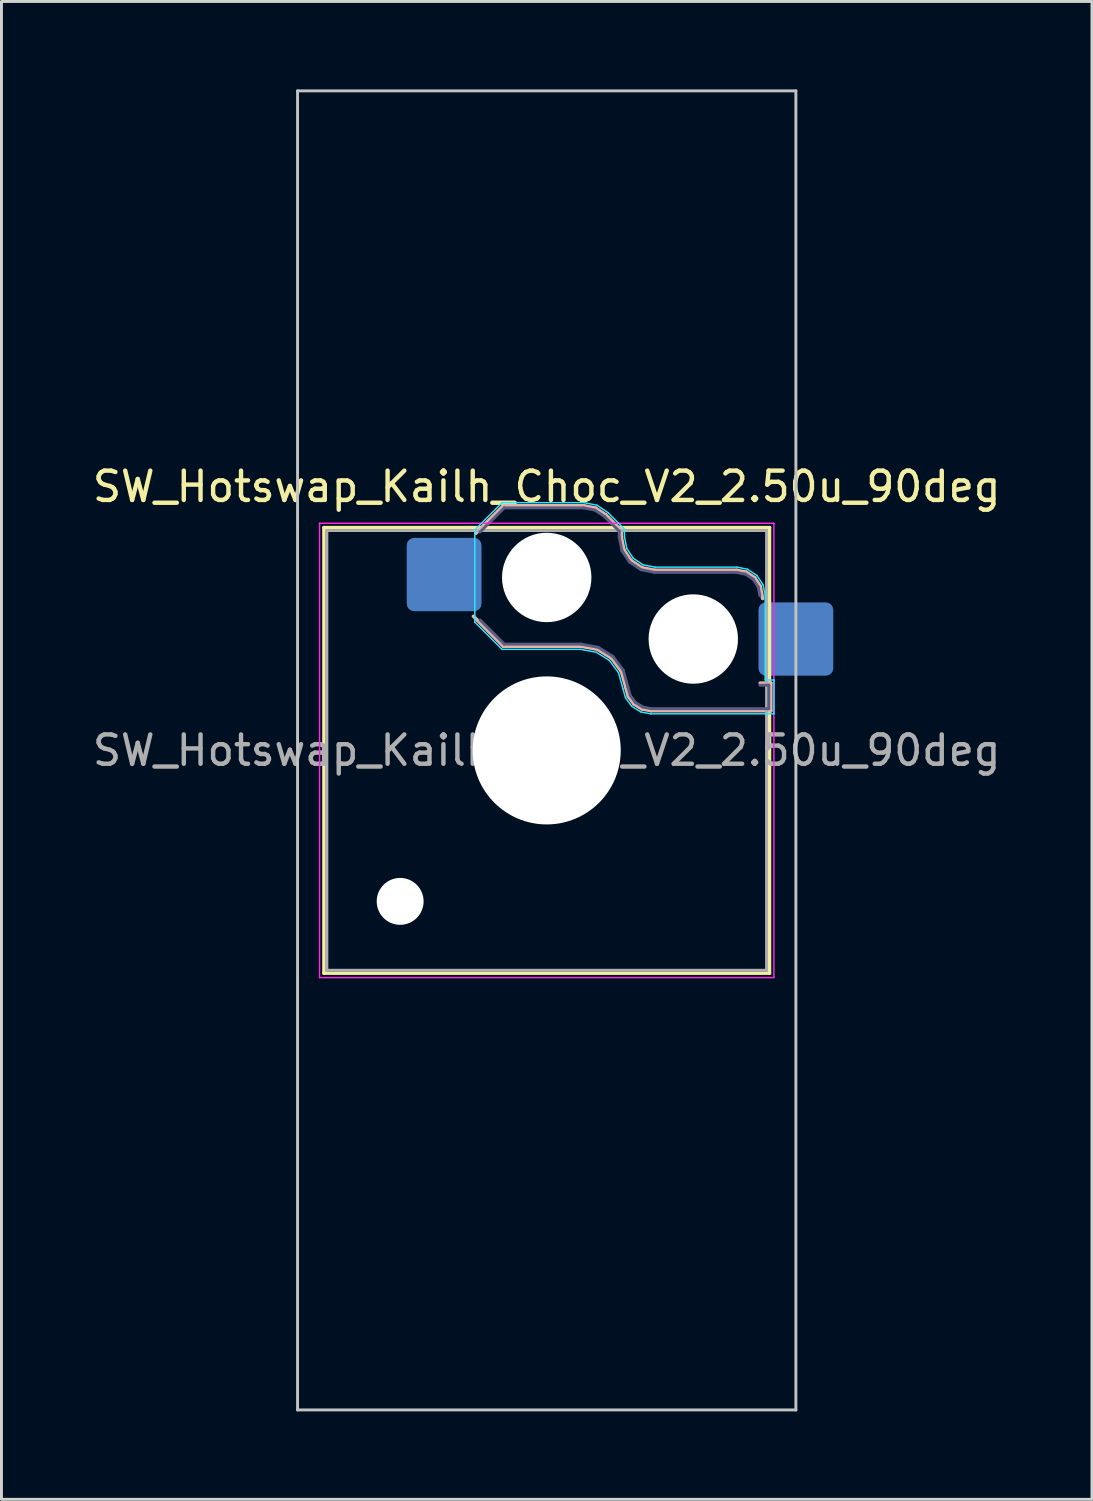
<source format=kicad_pcb>
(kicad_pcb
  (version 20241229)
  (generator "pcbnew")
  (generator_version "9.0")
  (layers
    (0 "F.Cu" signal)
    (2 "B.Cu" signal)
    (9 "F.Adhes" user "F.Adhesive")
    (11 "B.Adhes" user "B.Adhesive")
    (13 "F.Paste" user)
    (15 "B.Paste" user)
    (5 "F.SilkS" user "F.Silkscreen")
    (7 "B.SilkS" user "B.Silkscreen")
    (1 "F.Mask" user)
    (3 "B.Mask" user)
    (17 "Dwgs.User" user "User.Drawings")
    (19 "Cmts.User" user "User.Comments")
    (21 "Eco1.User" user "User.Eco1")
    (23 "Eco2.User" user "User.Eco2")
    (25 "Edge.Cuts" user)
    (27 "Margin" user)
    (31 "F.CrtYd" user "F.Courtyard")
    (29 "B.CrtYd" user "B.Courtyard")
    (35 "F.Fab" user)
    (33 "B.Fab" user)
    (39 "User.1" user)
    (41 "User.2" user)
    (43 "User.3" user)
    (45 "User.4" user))
  (footprint "SW_Hotswap_Kailh_Choc_V2_2.50u_90deg"
    (layer "F.Cu")
    (at 15.601 22.55)
    (property "Reference" "SW_Hotswap_Kailh_Choc_V2_2.50u_90deg" (at 0 -9 0) (layer "F.SilkS") (effects (font (size 1 1) (thickness 0.15))))
    (attr smd)
    (fp_line (start -7.6 -7.6) (end -7.6 7.6) (stroke (width 0.12) (type solid)) (layer "F.SilkS"))
    (fp_line (start -7.6 7.6) (end 7.6 7.6) (stroke (width 0.12) (type solid)) (layer "F.SilkS"))
    (fp_line (start 7.6 -7.6) (end -7.6 -7.6) (stroke (width 0.12) (type solid)) (layer "F.SilkS"))
    (fp_line (start 7.6 7.6) (end 7.6 -7.6) (stroke (width 0.12) (type solid)) (layer "F.SilkS"))
    (fp_line (start -2.416 -7.409) (end -1.479 -8.346) (stroke (width 0.12) (type solid)) (layer "B.SilkS"))
    (fp_line (start -1.479 -8.346) (end 1.268 -8.346) (stroke (width 0.12) (type solid)) (layer "B.SilkS"))
    (fp_line (start -1.479 -3.554) (end -2.5 -4.575) (stroke (width 0.12) (type solid)) (layer "B.SilkS"))
    (fp_line (start 1.168 -3.554) (end -1.479 -3.554) (stroke (width 0.12) (type solid)) (layer "B.SilkS"))
    (fp_line (start 1.268 -8.346) (end 1.671 -8.266) (stroke (width 0.12) (type solid)) (layer "B.SilkS"))
    (fp_line (start 1.671 -8.266) (end 2.013 -8.037) (stroke (width 0.12) (type solid)) (layer "B.SilkS"))
    (fp_line (start 1.73 -3.449) (end 1.168 -3.554) (stroke (width 0.12) (type solid)) (layer "B.SilkS"))
    (fp_line (start 2.013 -8.037) (end 2.546 -7.504) (stroke (width 0.12) (type solid)) (layer "B.SilkS"))
    (fp_line (start 2.209 -3.15) (end 1.73 -3.449) (stroke (width 0.12) (type solid)) (layer "B.SilkS"))
    (fp_line (start 2.546 -7.504) (end 2.546 -7.282) (stroke (width 0.12) (type solid)) (layer "B.SilkS"))
    (fp_line (start 2.546 -7.282) (end 2.633 -6.844) (stroke (width 0.12) (type solid)) (layer "B.SilkS"))
    (fp_line (start 2.547 -2.697) (end 2.209 -3.15) (stroke (width 0.12) (type solid)) (layer "B.SilkS"))
    (fp_line (start 2.633 -6.844) (end 2.877 -6.477) (stroke (width 0.12) (type solid)) (layer "B.SilkS"))
    (fp_line (start 2.701 -2.139) (end 2.547 -2.697) (stroke (width 0.12) (type solid)) (layer "B.SilkS"))
    (fp_line (start 2.783 -1.841) (end 2.701 -2.139) (stroke (width 0.12) (type solid)) (layer "B.SilkS"))
    (fp_line (start 2.877 -6.477) (end 3.244 -6.233) (stroke (width 0.12) (type solid)) (layer "B.SilkS"))
    (fp_line (start 2.976 -1.583) (end 2.783 -1.841) (stroke (width 0.12) (type solid)) (layer "B.SilkS"))
    (fp_line (start 3.244 -6.233) (end 3.682 -6.146) (stroke (width 0.12) (type solid)) (layer "B.SilkS"))
    (fp_line (start 3.25 -1.413) (end 2.976 -1.583) (stroke (width 0.12) (type solid)) (layer "B.SilkS"))
    (fp_line (start 3.56 -1.354) (end 3.25 -1.413) (stroke (width 0.12) (type solid)) (layer "B.SilkS"))
    (fp_line (start 3.682 -6.146) (end 6.482 -6.146) (stroke (width 0.12) (type solid)) (layer "B.SilkS"))
    (fp_line (start 6.482 -6.146) (end 6.809 -6.081) (stroke (width 0.12) (type solid)) (layer "B.SilkS"))
    (fp_line (start 6.809 -6.081) (end 7.092 -5.892) (stroke (width 0.12) (type solid)) (layer "B.SilkS"))
    (fp_line (start 7.092 -5.892) (end 7.281 -5.609) (stroke (width 0.12) (type solid)) (layer "B.SilkS"))
    (fp_line (start 7.281 -5.609) (end 7.366 -5.182) (stroke (width 0.12) (type solid)) (layer "B.SilkS"))
    (fp_line (start 7.283 -2.296) (end 7.646 -2.296) (stroke (width 0.12) (type solid)) (layer "B.SilkS"))
    (fp_line (start 7.646 -2.296) (end 7.646 -1.354) (stroke (width 0.12) (type solid)) (layer "B.SilkS"))
    (fp_line (start 7.646 -1.354) (end 3.56 -1.354) (stroke (width 0.12) (type solid)) (layer "B.SilkS"))
    (fp_line (start -8.5 -22.5) (end 8.5 -22.5) (stroke (width 0.1) (type solid)) (layer "Dwgs.User"))
    (fp_line (start -8.5 22.5) (end -8.5 -22.5) (stroke (width 0.1) (type solid)) (layer "Dwgs.User"))
    (fp_line (start 8.5 -22.5) (end 8.5 22.5) (stroke (width 0.1) (type solid)) (layer "Dwgs.User"))
    (fp_line (start 8.5 22.5) (end -8.5 22.5) (stroke (width 0.1) (type solid)) (layer "Dwgs.User"))
    (fp_line (start -7.25 -7.25) (end -7.25 7.25) (stroke (width 0.1) (type solid)) (layer "Eco1.User"))
    (fp_line (start -7.25 7.25) (end 7.25 7.25) (stroke (width 0.1) (type solid)) (layer "Eco1.User"))
    (fp_line (start 7.25 -7.25) (end -7.25 -7.25) (stroke (width 0.1) (type solid)) (layer "Eco1.User"))
    (fp_line (start 7.25 7.25) (end 7.25 -7.25) (stroke (width 0.1) (type solid)) (layer "Eco1.User"))
    (fp_line (start -2.452 -7.523) (end -1.523 -8.452) (stroke (width 0.05) (type solid)) (layer "B.CrtYd"))
    (fp_line (start -2.452 -4.377) (end -2.452 -7.523) (stroke (width 0.05) (type solid)) (layer "B.CrtYd"))
    (fp_line (start -1.523 -8.452) (end 1.278 -8.452) (stroke (width 0.05) (type solid)) (layer "B.CrtYd"))
    (fp_line (start -1.523 -3.448) (end -2.452 -4.377) (stroke (width 0.05) (type solid)) (layer "B.CrtYd"))
    (fp_line (start 1.159 -3.448) (end -1.523 -3.448) (stroke (width 0.05) (type solid)) (layer "B.CrtYd"))
    (fp_line (start 1.278 -8.452) (end 1.712 -8.366) (stroke (width 0.05) (type solid)) (layer "B.CrtYd"))
    (fp_line (start 1.691 -3.348) (end 1.159 -3.448) (stroke (width 0.05) (type solid)) (layer "B.CrtYd"))
    (fp_line (start 1.712 -8.366) (end 2.081 -8.119) (stroke (width 0.05) (type solid)) (layer "B.CrtYd"))
    (fp_line (start 2.081 -8.119) (end 2.652 -7.548) (stroke (width 0.05) (type solid)) (layer "B.CrtYd"))
    (fp_line (start 2.136 -3.071) (end 1.691 -3.348) (stroke (width 0.05) (type solid)) (layer "B.CrtYd"))
    (fp_line (start 2.45 -2.65) (end 2.136 -3.071) (stroke (width 0.05) (type solid)) (layer "B.CrtYd"))
    (fp_line (start 2.599 -2.111) (end 2.45 -2.65) (stroke (width 0.05) (type solid)) (layer "B.CrtYd"))
    (fp_line (start 2.652 -7.548) (end 2.652 -7.292) (stroke (width 0.05) (type solid)) (layer "B.CrtYd"))
    (fp_line (start 2.652 -7.292) (end 2.733 -6.885) (stroke (width 0.05) (type solid)) (layer "B.CrtYd"))
    (fp_line (start 2.687 -1.794) (end 2.599 -2.111) (stroke (width 0.05) (type solid)) (layer "B.CrtYd"))
    (fp_line (start 2.733 -6.885) (end 2.953 -6.553) (stroke (width 0.05) (type solid)) (layer "B.CrtYd"))
    (fp_line (start 2.903 -1.503) (end 2.687 -1.794) (stroke (width 0.05) (type solid)) (layer "B.CrtYd"))
    (fp_line (start 2.953 -6.553) (end 3.285 -6.333) (stroke (width 0.05) (type solid)) (layer "B.CrtYd"))
    (fp_line (start 3.211 -1.312) (end 2.903 -1.503) (stroke (width 0.05) (type solid)) (layer "B.CrtYd"))
    (fp_line (start 3.285 -6.333) (end 3.692 -6.252) (stroke (width 0.05) (type solid)) (layer "B.CrtYd"))
    (fp_line (start 3.55 -1.248) (end 3.211 -1.312) (stroke (width 0.05) (type solid)) (layer "B.CrtYd"))
    (fp_line (start 3.692 -6.252) (end 6.492 -6.252) (stroke (width 0.05) (type solid)) (layer "B.CrtYd"))
    (fp_line (start 6.492 -6.252) (end 6.85 -6.181) (stroke (width 0.05) (type solid)) (layer "B.CrtYd"))
    (fp_line (start 6.85 -6.181) (end 7.168 -5.968) (stroke (width 0.05) (type solid)) (layer "B.CrtYd"))
    (fp_line (start 7.168 -5.968) (end 7.381 -5.65) (stroke (width 0.05) (type solid)) (layer "B.CrtYd"))
    (fp_line (start 7.381 -5.65) (end 7.452 -5.292) (stroke (width 0.05) (type solid)) (layer "B.CrtYd"))
    (fp_line (start 7.452 -5.292) (end 7.452 -2.402) (stroke (width 0.05) (type solid)) (layer "B.CrtYd"))
    (fp_line (start 7.452 -2.402) (end 7.752 -2.402) (stroke (width 0.05) (type solid)) (layer "B.CrtYd"))
    (fp_line (start 7.752 -2.402) (end 7.752 -1.248) (stroke (width 0.05) (type solid)) (layer "B.CrtYd"))
    (fp_line (start 7.752 -1.248) (end 3.55 -1.248) (stroke (width 0.05) (type solid)) (layer "B.CrtYd"))
    (fp_line (start -7.75 -7.75) (end -7.75 7.75) (stroke (width 0.05) (type solid)) (layer "F.CrtYd"))
    (fp_line (start -7.75 7.75) (end 7.75 7.75) (stroke (width 0.05) (type solid)) (layer "F.CrtYd"))
    (fp_line (start 7.75 -7.75) (end -7.75 -7.75) (stroke (width 0.05) (type solid)) (layer "F.CrtYd"))
    (fp_line (start 7.75 7.75) (end 7.75 -7.75) (stroke (width 0.05) (type solid)) (layer "F.CrtYd"))
    (fp_line (start -2.275 -7.45) (end -1.45 -8.275) (stroke (width 0.1) (type solid)) (layer "B.Fab"))
    (fp_line (start -1.45 -8.275) (end 1.261 -8.275) (stroke (width 0.1) (type solid)) (layer "B.Fab"))
    (fp_line (start -1.45 -3.625) (end -2.275 -4.45) (stroke (width 0.1) (type solid)) (layer "B.Fab"))
    (fp_line (start 1.175 -3.625) (end -1.45 -3.625) (stroke (width 0.1) (type solid)) (layer "B.Fab"))
    (fp_line (start 1.261 -8.275) (end 1.643 -8.199) (stroke (width 0.1) (type solid)) (layer "B.Fab"))
    (fp_line (start 1.643 -8.199) (end 1.968 -7.982) (stroke (width 0.1) (type solid)) (layer "B.Fab"))
    (fp_line (start 1.756 -3.516) (end 1.175 -3.625) (stroke (width 0.1) (type solid)) (layer "B.Fab"))
    (fp_line (start 1.968 -7.982) (end 2.475 -7.475) (stroke (width 0.1) (type solid)) (layer "B.Fab"))
    (fp_line (start 2.258 -3.203) (end 1.756 -3.516) (stroke (width 0.1) (type solid)) (layer "B.Fab"))
    (fp_line (start 2.475 -7.475) (end 2.475 -7.275) (stroke (width 0.1) (type solid)) (layer "B.Fab"))
    (fp_line (start 2.475 -7.275) (end 2.566 -6.816) (stroke (width 0.1) (type solid)) (layer "B.Fab"))
    (fp_line (start 2.566 -6.816) (end 2.826 -6.426) (stroke (width 0.1) (type solid)) (layer "B.Fab"))
    (fp_line (start 2.612 -2.729) (end 2.258 -3.203) (stroke (width 0.1) (type solid)) (layer "B.Fab"))
    (fp_line (start 2.769 -2.158) (end 2.612 -2.729) (stroke (width 0.1) (type solid)) (layer "B.Fab"))
    (fp_line (start 2.826 -6.426) (end 3.216 -6.166) (stroke (width 0.1) (type solid)) (layer "B.Fab"))
    (fp_line (start 2.848 -1.873) (end 2.769 -2.158) (stroke (width 0.1) (type solid)) (layer "B.Fab"))
    (fp_line (start 3.025 -1.636) (end 2.848 -1.873) (stroke (width 0.1) (type solid)) (layer "B.Fab"))
    (fp_line (start 3.216 -6.166) (end 3.675 -6.075) (stroke (width 0.1) (type solid)) (layer "B.Fab"))
    (fp_line (start 3.276 -1.48) (end 3.025 -1.636) (stroke (width 0.1) (type solid)) (layer "B.Fab"))
    (fp_line (start 3.567 -1.425) (end 3.276 -1.48) (stroke (width 0.1) (type solid)) (layer "B.Fab"))
    (fp_line (start 3.675 -6.075) (end 6.475 -6.075) (stroke (width 0.1) (type solid)) (layer "B.Fab"))
    (fp_line (start 6.475 -6.075) (end 6.781 -6.014) (stroke (width 0.1) (type solid)) (layer "B.Fab"))
    (fp_line (start 6.781 -6.014) (end 7.041 -5.841) (stroke (width 0.1) (type solid)) (layer "B.Fab"))
    (fp_line (start 7.041 -5.841) (end 7.214 -5.581) (stroke (width 0.1) (type solid)) (layer "B.Fab"))
    (fp_line (start 7.214 -5.581) (end 7.275 -5.275) (stroke (width 0.1) (type solid)) (layer "B.Fab"))
    (fp_line (start 7.275 -2.225) (end 7.575 -2.225) (stroke (width 0.1) (type solid)) (layer "B.Fab"))
    (fp_line (start 7.575 -2.225) (end 7.575 -1.425) (stroke (width 0.1) (type solid)) (layer "B.Fab"))
    (fp_line (start 7.575 -1.425) (end 3.567 -1.425) (stroke (width 0.1) (type solid)) (layer "B.Fab"))
    (fp_line (start -7.5 -7.5) (end -7.5 7.5) (stroke (width 0.1) (type solid)) (layer "F.Fab"))
    (fp_line (start -7.5 7.5) (end 7.5 7.5) (stroke (width 0.1) (type solid)) (layer "F.Fab"))
    (fp_line (start 7.5 -7.5) (end -7.5 -7.5) (stroke (width 0.1) (type solid)) (layer "F.Fab"))
    (fp_line (start 7.5 7.5) (end 7.5 -7.5) (stroke (width 0.1) (type solid)) (layer "F.Fab"))
    (fp_text user "${REFERENCE}" (at 0 0 0) (layer "F.Fab") (effects (font (size 1 1) (thickness 0.15))))
    (pad "" np_thru_hole circle (at -5 5.15) (size 1.6 1.6) (drill 1.6) (layers "*.Cu" "*.Mask"))
    (pad "" np_thru_hole circle (at 0 -5.9) (size 3.05 3.05) (drill 3.05) (layers "*.Cu" "*.Mask"))
    (pad "" np_thru_hole circle (at 0 0) (size 5.05 5.05) (drill 5.05) (layers "*.Cu" "*.Mask"))
    (pad "" np_thru_hole circle (at 5 -3.8) (size 3.05 3.05) (drill 3.05) (layers "*.Cu" "*.Mask"))
    (pad "1" smd roundrect (at -3.5 -6) (size 2.55 2.5) (layers "B.Cu" "B.Mask" "B.Paste") (roundrect_rratio 0.1))
    (pad "2" smd roundrect (at 8.5 -3.8) (size 2.55 2.5) (layers "B.Cu" "B.Mask" "B.Paste") (roundrect_rratio 0.1)))
  (gr_rect
    (start -3 -3)
    (end 34.202 48.1)
    (stroke (width 0.1) (type default))
    (fill no)
    (layer "Edge.Cuts")))
</source>
